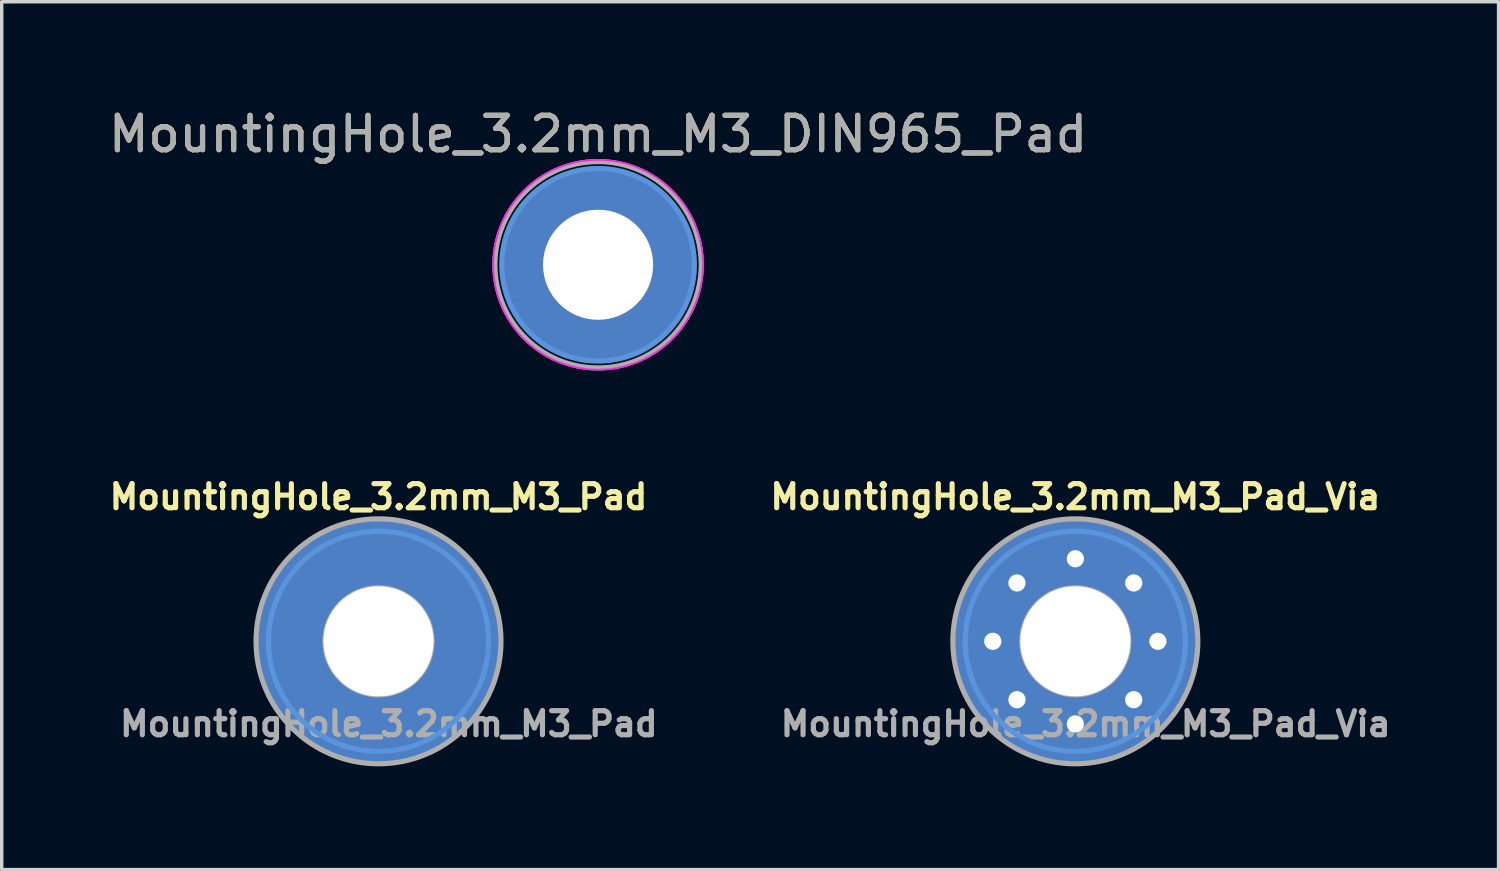
<source format=kicad_pcb>
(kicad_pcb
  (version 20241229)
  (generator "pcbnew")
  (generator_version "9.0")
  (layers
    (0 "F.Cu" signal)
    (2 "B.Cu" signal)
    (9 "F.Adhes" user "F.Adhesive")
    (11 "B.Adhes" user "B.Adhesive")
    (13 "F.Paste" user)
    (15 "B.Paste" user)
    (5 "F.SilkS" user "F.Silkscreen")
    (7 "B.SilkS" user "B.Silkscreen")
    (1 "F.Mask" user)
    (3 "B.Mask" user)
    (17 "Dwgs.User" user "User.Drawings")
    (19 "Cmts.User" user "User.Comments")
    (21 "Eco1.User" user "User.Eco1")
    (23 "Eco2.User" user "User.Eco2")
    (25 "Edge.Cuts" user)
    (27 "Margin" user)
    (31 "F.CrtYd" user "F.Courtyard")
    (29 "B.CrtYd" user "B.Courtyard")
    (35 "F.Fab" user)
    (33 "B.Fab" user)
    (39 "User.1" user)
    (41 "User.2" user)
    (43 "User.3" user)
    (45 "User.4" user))
  (footprint "MountingHole_3.2mm_M3_DIN965_Pad"
    (layer "F.Cu")
    (at 14.339 4.648)
    (property "Reference" "MountingHole_3.2mm_M3_DIN965_Pad" (at 0 -3.8 0) (layer "F.SilkS") (effects (font (size 1 1) (thickness 0.15))))
    (attr exclude_from_pos_files exclude_from_bom)
    (fp_circle (center 0 0) (end 2.8 0) (stroke (width 0.15) (type solid)) (fill no) (layer "Cmts.User"))
    (fp_circle (center 0 0) (end 3.05 0) (stroke (width 0.05) (type solid)) (fill no) (layer "F.CrtYd"))
    (fp_line (start -0.5 0) (end 0.5 0) (stroke (width 0.15) (type solid)) (layer "F.Fab"))
    (fp_line (start 0 -0.5) (end 0 0.5) (stroke (width 0.15) (type solid)) (layer "F.Fab"))
    (fp_circle (center 0 0) (end 3 0) (stroke (width 0.15) (type solid)) (fill no) (layer "F.Fab"))
    (fp_text user "${REFERENCE}" (at 0 -3.8 0) (layer "F.Fab") (effects (font (size 1 1) (thickness 0.15))))
    (pad "1" thru_hole circle (at 0 0) (size 5.6 5.6) (drill 3.2) (layers "*.Cu" "*.Mask")))
  (footprint "MountingHole_3.2mm_M3_Pad"
    (layer "F.Cu")
    (at 7.955 15.596)
    (property "Reference" "MountingHole_3.2mm_M3_Pad" (at 0 -4.2 0) (layer "F.SilkS") (effects (font (size 0.7 0.7) (thickness 0.15))))
    (attr exclude_from_pos_files exclude_from_bom)
    (fp_circle (center 0 0) (end 3.2 0) (stroke (width 0.15) (type solid)) (fill no) (layer "Cmts.User"))
    (fp_line (start -1 0) (end 1 0) (stroke (width 0.15) (type solid)) (layer "F.Fab"))
    (fp_line (start 0 -1) (end 0 1) (stroke (width 0.15) (type solid)) (layer "F.Fab"))
    (fp_circle (center 0 0) (end 1.1 -1.1) (stroke (width 0.15) (type solid)) (fill no) (layer "F.Fab"))
    (fp_circle (center 0 0) (end 2.2 -2.8) (stroke (width 0.15) (type solid)) (fill no) (layer "F.Fab"))
    (fp_text user "${REFERENCE}" (at 0.3 2.4 0) (layer "F.Fab") (effects (font (size 0.7 0.7) (thickness 0.15))))
    (pad "1" thru_hole circle (at 0 0) (size 7 7) (drill 3.2) (layers "*.Cu" "*.Mask")))
  (footprint "MountingHole_3.2mm_M3_Pad_Via"
    (layer "F.Cu")
    (at 28.215 15.596)
    (property "Reference" "MountingHole_3.2mm_M3_Pad_Via" (at 0 -4.2 0) (layer "F.SilkS") (effects (font (size 0.7 0.7) (thickness 0.15))))
    (attr exclude_from_pos_files exclude_from_bom)
    (fp_circle (center 0 0) (end 3.2 0) (stroke (width 0.15) (type solid)) (fill no) (layer "Cmts.User"))
    (fp_line (start -1 0) (end 1 0) (stroke (width 0.15) (type solid)) (layer "F.Fab"))
    (fp_line (start 0 -1) (end 0 1) (stroke (width 0.15) (type solid)) (layer "F.Fab"))
    (fp_circle (center 0 0) (end 1.1 -1.1) (stroke (width 0.15) (type solid)) (fill no) (layer "F.Fab"))
    (fp_circle (center 0 0) (end 2.2 -2.8) (stroke (width 0.15) (type solid)) (fill no) (layer "F.Fab"))
    (fp_text user "${REFERENCE}" (at 0.3 2.4 0) (layer "F.Fab") (effects (font (size 0.7 0.7) (thickness 0.15))))
    (pad "1" thru_hole circle (at -2.4 0) (size 0.8 0.8) (drill 0.5) (layers "*.Cu" "*.Mask"))
    (pad "1" thru_hole circle (at -1.697 -1.697) (size 0.8 0.8) (drill 0.5) (layers "*.Cu" "*.Mask"))
    (pad "1" thru_hole circle (at -1.697 1.697) (size 0.8 0.8) (drill 0.5) (layers "*.Cu" "*.Mask"))
    (pad "1" thru_hole circle (at 0 -2.4) (size 0.8 0.8) (drill 0.5) (layers "*.Cu" "*.Mask"))
    (pad "1" thru_hole circle (at 0 0) (size 7 7) (drill 3.2) (layers "*.Cu" "*.Mask"))
    (pad "1" thru_hole circle (at 0 2.4) (size 0.8 0.8) (drill 0.5) (layers "*.Cu" "*.Mask"))
    (pad "1" thru_hole circle (at 1.697 -1.697) (size 0.8 0.8) (drill 0.5) (layers "*.Cu" "*.Mask"))
    (pad "1" thru_hole circle (at 1.697 1.697) (size 0.8 0.8) (drill 0.5) (layers "*.Cu" "*.Mask"))
    (pad "1" thru_hole circle (at 2.4 0) (size 0.8 0.8) (drill 0.5) (layers "*.Cu" "*.Mask")))
  (gr_rect
    (start -3 -3)
    (end 40.52 22.232)
    (stroke (width 0.1) (type default))
    (fill no)
    (layer "Edge.Cuts")))
</source>
